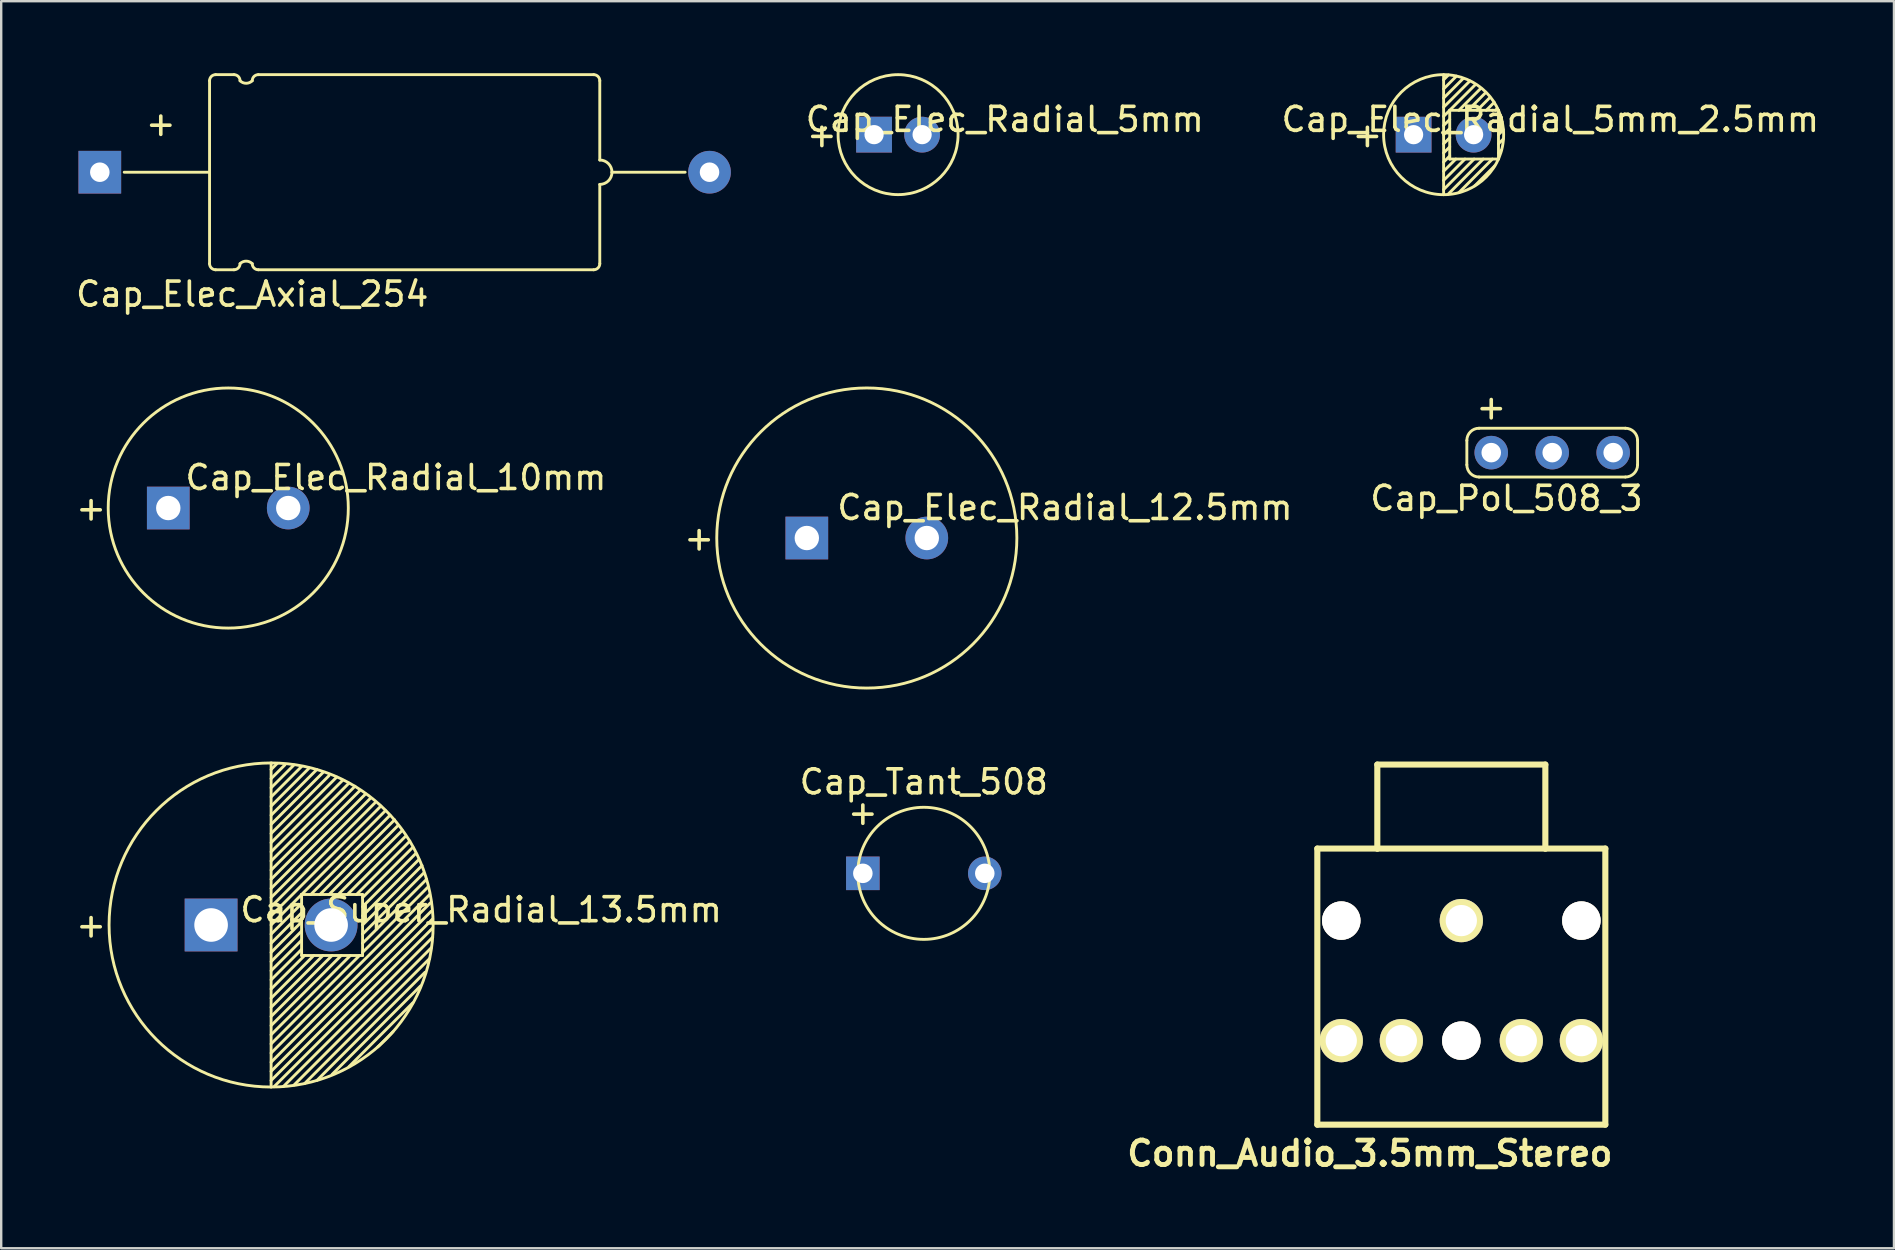
<source format=kicad_pcb>
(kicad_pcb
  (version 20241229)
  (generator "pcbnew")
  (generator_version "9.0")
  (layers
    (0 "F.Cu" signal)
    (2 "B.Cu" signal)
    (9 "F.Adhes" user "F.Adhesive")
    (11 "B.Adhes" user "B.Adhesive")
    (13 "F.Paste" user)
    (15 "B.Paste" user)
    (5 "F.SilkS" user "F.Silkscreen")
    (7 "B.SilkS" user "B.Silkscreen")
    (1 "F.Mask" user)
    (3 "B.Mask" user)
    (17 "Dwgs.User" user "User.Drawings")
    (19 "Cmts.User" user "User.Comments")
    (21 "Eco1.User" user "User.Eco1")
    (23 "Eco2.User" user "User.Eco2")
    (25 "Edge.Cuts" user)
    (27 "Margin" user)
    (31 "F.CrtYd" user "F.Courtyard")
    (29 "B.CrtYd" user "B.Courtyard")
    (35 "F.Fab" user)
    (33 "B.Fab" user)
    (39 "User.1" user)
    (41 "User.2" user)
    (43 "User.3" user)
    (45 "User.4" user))
  (footprint "Cap_Elec_Radial_5mm_2.5mm"
    (layer "F.Cu")
    (at 57.089 2.56)
    (property "Reference" "Cap_Elec_Radial_5mm_2.5mm" (at 4.445 -0.635 0) (layer "F.SilkS") (effects (font (size 1 1) (thickness 0.15))))
    (attr through_hole)
    (fp_line (start 0 -2.5) (end 0 2.5) (stroke (width 0.12) (type solid)) (layer "F.SilkS"))
    (fp_line (start 0 -2.286) (end 0.203 -2.489) (stroke (width 0.12) (type solid)) (layer "F.SilkS"))
    (fp_line (start 0 -1.905) (end 0.533 -2.438) (stroke (width 0.12) (type solid)) (layer "F.SilkS"))
    (fp_line (start 0 -1.524) (end 0.813 -2.337) (stroke (width 0.12) (type solid)) (layer "F.SilkS"))
    (fp_line (start 0 -1.143) (end 1.092 -2.235) (stroke (width 0.12) (type solid)) (layer "F.SilkS"))
    (fp_line (start 0 -0.762) (end 1.321 -2.083) (stroke (width 0.12) (type solid)) (layer "F.SilkS"))
    (fp_line (start 0 -0.381) (end 0.254 -0.635) (stroke (width 0.12) (type solid)) (layer "F.SilkS"))
    (fp_line (start 0 0) (end 0.254 -0.254) (stroke (width 0.12) (type solid)) (layer "F.SilkS"))
    (fp_line (start 0 0.381) (end 0.254 0.127) (stroke (width 0.12) (type solid)) (layer "F.SilkS"))
    (fp_line (start 0 0.762) (end 0.254 0.508) (stroke (width 0.12) (type solid)) (layer "F.SilkS"))
    (fp_line (start 0 1.143) (end 0.254 0.889) (stroke (width 0.12) (type solid)) (layer "F.SilkS"))
    (fp_line (start 0 1.524) (end 0.508 1.016) (stroke (width 0.12) (type solid)) (layer "F.SilkS"))
    (fp_line (start 0 1.905) (end 0.889 1.016) (stroke (width 0.12) (type solid)) (layer "F.SilkS"))
    (fp_line (start 0 2.286) (end 1.27 1.016) (stroke (width 0.12) (type solid)) (layer "F.SilkS"))
    (fp_line (start 0.178 2.489) (end 1.651 1.016) (stroke (width 0.12) (type solid)) (layer "F.SilkS"))
    (fp_line (start 0.254 -1.016) (end 2.032 -1.016) (stroke (width 0.12) (type solid)) (layer "F.SilkS"))
    (fp_line (start 0.254 1.016) (end 0.254 -1.016) (stroke (width 0.12) (type solid)) (layer "F.SilkS"))
    (fp_line (start 0.635 -1.016) (end 1.549 -1.93) (stroke (width 0.12) (type solid)) (layer "F.SilkS"))
    (fp_line (start 0.635 2.413) (end 2.032 1.016) (stroke (width 0.12) (type solid)) (layer "F.SilkS"))
    (fp_line (start 1.016 -1.016) (end 1.753 -1.753) (stroke (width 0.12) (type solid)) (layer "F.SilkS"))
    (fp_line (start 1.295 2.134) (end 2.134 1.295) (stroke (width 0.12) (type solid)) (layer "F.SilkS"))
    (fp_line (start 1.397 -1.016) (end 1.93 -1.549) (stroke (width 0.12) (type solid)) (layer "F.SilkS"))
    (fp_line (start 1.778 -1.016) (end 2.108 -1.346) (stroke (width 0.12) (type solid)) (layer "F.SilkS"))
    (fp_line (start 2.032 -1.016) (end 2.286 -1.016) (stroke (width 0.12) (type solid)) (layer "F.SilkS"))
    (fp_line (start 2.159 -1.016) (end 2.235 -1.092) (stroke (width 0.12) (type solid)) (layer "F.SilkS"))
    (fp_line (start 2.286 -1.016) (end 2.286 1.016) (stroke (width 0.12) (type solid)) (layer "F.SilkS"))
    (fp_line (start 2.286 -0.381) (end 2.438 -0.533) (stroke (width 0.12) (type solid)) (layer "F.SilkS"))
    (fp_line (start 2.286 0) (end 2.489 -0.203) (stroke (width 0.12) (type solid)) (layer "F.SilkS"))
    (fp_line (start 2.286 0.381) (end 2.489 0.178) (stroke (width 0.12) (type solid)) (layer "F.SilkS"))
    (fp_line (start 2.286 0.762) (end 2.413 0.635) (stroke (width 0.12) (type solid)) (layer "F.SilkS"))
    (fp_line (start 2.286 1.016) (end 0.254 1.016) (stroke (width 0.12) (type solid)) (layer "F.SilkS"))
    (fp_circle (center 0 0) (end 2.5 0) (stroke (width 0.12) (type solid)) (fill no) (layer "F.SilkS"))
    (fp_text user "+" (at -3.175 0 0) (layer "F.SilkS") (effects (font (size 1 1) (thickness 0.15))))
    (pad "1" thru_hole rect (at -1.25 0) (size 1.491 1.491) (drill 0.8) (layers "*.Cu" "*.Mask"))
    (pad "2" thru_hole circle (at 1.25 0) (size 1.491 1.491) (drill 0.8) (layers "*.Cu" "*.Mask")))
  (footprint "Cap_Tant_508"
    (layer "F.Cu")
    (at 35.435 33.332)
    (property "Reference" "Cap_Tant_508" (at 0 -3.81 0) (layer "F.SilkS") (effects (font (size 1 1) (thickness 0.15))))
    (attr through_hole)
    (fp_circle (center 0 0) (end 2.751 0) (stroke (width 0.12) (type solid)) (fill no) (layer "F.SilkS"))
    (fp_text user "+" (at -2.54 -2.54 0) (layer "F.SilkS") (effects (font (size 1 1) (thickness 0.15))))
    (pad "1" thru_hole rect (at -2.54 0) (size 1.397 1.397) (drill 0.813) (layers "*.Cu" "*.Mask"))
    (pad "2" thru_hole circle (at 2.54 0) (size 1.397 1.397) (drill 0.813) (layers "*.Cu" "*.Mask")))
  (footprint "Conn_Audio_3.5mm_Stereo"
    (layer "F.Cu")
    (at 57.827 32.301)
    (property "Reference" "Conn_Audio_3.5mm_Stereo" (at -3.81 12.7 0) (layer "F.SilkS") (effects (font (size 1.016 1.016) (thickness 0.203))))
    (attr through_hole)
    (fp_line (start -5.999 0) (end -3.5 0) (stroke (width 0.254) (type solid)) (layer "F.SilkS"))
    (fp_line (start -5.999 11.501) (end -5.999 0) (stroke (width 0.254) (type solid)) (layer "F.SilkS"))
    (fp_line (start -3.5 -3.5) (end 3.5 -3.5) (stroke (width 0.254) (type solid)) (layer "F.SilkS"))
    (fp_line (start -3.5 0) (end -3.5 -3.5) (stroke (width 0.254) (type solid)) (layer "F.SilkS"))
    (fp_line (start -3.5 0) (end 3.5 0) (stroke (width 0.254) (type solid)) (layer "F.SilkS"))
    (fp_line (start 3.5 -3.5) (end 3.5 0) (stroke (width 0.254) (type solid)) (layer "F.SilkS"))
    (fp_line (start 3.5 0) (end 5.999 0) (stroke (width 0.254) (type solid)) (layer "F.SilkS"))
    (fp_line (start 5.999 0) (end 5.999 11.501) (stroke (width 0.254) (type solid)) (layer "F.SilkS"))
    (fp_line (start 5.999 11.501) (end -5.999 11.501) (stroke (width 0.254) (type solid)) (layer "F.SilkS"))
    (pad "" thru_hole circle (at -5.001 3) (size 1.6 1.6) (drill 1.6) (layers "*.Cu" "*.Mask" "F.SilkS"))
    (pad "" thru_hole circle (at 0 8.001) (size 1.6 1.6) (drill 1.6) (layers "*.Cu" "*.Mask" "F.SilkS"))
    (pad "" thru_hole circle (at 5.001 3) (size 1.6 1.6) (drill 1.6) (layers "*.Cu" "*.Mask" "F.SilkS"))
    (pad "1" thru_hole circle (at 0 3) (size 1.801 1.801) (drill 1.3) (layers "*.Cu" "*.Mask" "F.SilkS"))
    (pad "2" thru_hole circle (at -5.001 8.001) (size 1.801 1.801) (drill 1.3) (layers "*.Cu" "*.Mask" "F.SilkS"))
    (pad "3" thru_hole circle (at -2.499 8.001) (size 1.801 1.801) (drill 1.3) (layers "*.Cu" "*.Mask" "F.SilkS"))
    (pad "4" thru_hole circle (at 2.499 8.001) (size 1.801 1.801) (drill 1.3) (layers "*.Cu" "*.Mask" "F.SilkS"))
    (pad "5" thru_hole circle (at 5.001 8.001) (size 1.801 1.801) (drill 1.3) (layers "*.Cu" "*.Mask" "F.SilkS")))
  (footprint "Cap_Super_Radial_13.5mm"
    (layer "F.Cu")
    (at 8.244 35.484)
    (property "Reference" "Cap_Super_Radial_13.5mm" (at 8.75 -0.635 0) (layer "F.SilkS") (effects (font (size 1 1) (thickness 0.15))))
    (attr through_hole)
    (fp_line (start 0 -6.477) (end 0.254 -6.731) (stroke (width 0.12) (type solid)) (layer "F.SilkS"))
    (fp_line (start 0 -6.096) (end 0.572 -6.668) (stroke (width 0.12) (type solid)) (layer "F.SilkS"))
    (fp_line (start 0 -5.715) (end 0.953 -6.668) (stroke (width 0.12) (type solid)) (layer "F.SilkS"))
    (fp_line (start 0 -5.334) (end 1.27 -6.604) (stroke (width 0.12) (type solid)) (layer "F.SilkS"))
    (fp_line (start 0 -4.953) (end 1.587 -6.54) (stroke (width 0.12) (type solid)) (layer "F.SilkS"))
    (fp_line (start 0 -4.572) (end 1.905 -6.477) (stroke (width 0.12) (type solid)) (layer "F.SilkS"))
    (fp_line (start 0 -4.191) (end 2.159 -6.35) (stroke (width 0.12) (type solid)) (layer "F.SilkS"))
    (fp_line (start 0 -3.81) (end 2.413 -6.223) (stroke (width 0.12) (type solid)) (layer "F.SilkS"))
    (fp_line (start 0 -3.429) (end 2.731 -6.16) (stroke (width 0.12) (type solid)) (layer "F.SilkS"))
    (fp_line (start 0 -3.048) (end 2.985 -6.032) (stroke (width 0.12) (type solid)) (layer "F.SilkS"))
    (fp_line (start 0 -2.667) (end 3.239 -5.905) (stroke (width 0.12) (type solid)) (layer "F.SilkS"))
    (fp_line (start 0 -2.286) (end 3.493 -5.779) (stroke (width 0.12) (type solid)) (layer "F.SilkS"))
    (fp_line (start 0 -1.905) (end 3.683 -5.588) (stroke (width 0.12) (type solid)) (layer "F.SilkS"))
    (fp_line (start 0 -1.524) (end 3.937 -5.461) (stroke (width 0.12) (type solid)) (layer "F.SilkS"))
    (fp_line (start 0 -1.143) (end 4.128 -5.271) (stroke (width 0.12) (type solid)) (layer "F.SilkS"))
    (fp_line (start 0 -0.762) (end 4.318 -5.08) (stroke (width 0.12) (type solid)) (layer "F.SilkS"))
    (fp_line (start 0 -0.381) (end 4.572 -4.953) (stroke (width 0.12) (type solid)) (layer "F.SilkS"))
    (fp_line (start 0 0) (end 1.27 -1.27) (stroke (width 0.12) (type solid)) (layer "F.SilkS"))
    (fp_line (start 0 0.381) (end 1.27 -0.889) (stroke (width 0.12) (type solid)) (layer "F.SilkS"))
    (fp_line (start 0 0.762) (end 1.27 -0.508) (stroke (width 0.12) (type solid)) (layer "F.SilkS"))
    (fp_line (start 0 1.143) (end 1.27 -0.127) (stroke (width 0.12) (type solid)) (layer "F.SilkS"))
    (fp_line (start 0 1.524) (end 1.27 0.254) (stroke (width 0.12) (type solid)) (layer "F.SilkS"))
    (fp_line (start 0 1.905) (end 1.27 0.635) (stroke (width 0.12) (type solid)) (layer "F.SilkS"))
    (fp_line (start 0 2.286) (end 1.27 1.016) (stroke (width 0.12) (type solid)) (layer "F.SilkS"))
    (fp_line (start 0 2.667) (end 1.397 1.27) (stroke (width 0.12) (type solid)) (layer "F.SilkS"))
    (fp_line (start 0 3.048) (end 1.778 1.27) (stroke (width 0.12) (type solid)) (layer "F.SilkS"))
    (fp_line (start 0 3.429) (end 2.159 1.27) (stroke (width 0.12) (type solid)) (layer "F.SilkS"))
    (fp_line (start 0 3.81) (end 2.54 1.27) (stroke (width 0.12) (type solid)) (layer "F.SilkS"))
    (fp_line (start 0 4.191) (end 2.921 1.27) (stroke (width 0.12) (type solid)) (layer "F.SilkS"))
    (fp_line (start 0 4.572) (end 3.302 1.27) (stroke (width 0.12) (type solid)) (layer "F.SilkS"))
    (fp_line (start 0 4.953) (end 3.683 1.27) (stroke (width 0.12) (type solid)) (layer "F.SilkS"))
    (fp_line (start 0 5.334) (end 6.604 -1.27) (stroke (width 0.12) (type solid)) (layer "F.SilkS"))
    (fp_line (start 0 5.715) (end 6.668 -0.953) (stroke (width 0.12) (type solid)) (layer "F.SilkS"))
    (fp_line (start 0 6.096) (end 6.668 -0.572) (stroke (width 0.12) (type solid)) (layer "F.SilkS"))
    (fp_line (start 0 6.477) (end 6.731 -0.254) (stroke (width 0.12) (type solid)) (layer "F.SilkS"))
    (fp_line (start 0 6.75) (end 0 -6.75) (stroke (width 0.12) (type solid)) (layer "F.SilkS"))
    (fp_line (start 0.127 6.731) (end 6.731 0.127) (stroke (width 0.12) (type solid)) (layer "F.SilkS"))
    (fp_line (start 0.508 6.731) (end 6.731 0.508) (stroke (width 0.12) (type solid)) (layer "F.SilkS"))
    (fp_line (start 0.953 6.668) (end 6.668 0.953) (stroke (width 0.12) (type solid)) (layer "F.SilkS"))
    (fp_line (start 1.27 -1.27) (end 3.81 -1.27) (stroke (width 0.12) (type solid)) (layer "F.SilkS"))
    (fp_line (start 1.27 -1.27) (end 4.763 -4.763) (stroke (width 0.12) (type solid)) (layer "F.SilkS"))
    (fp_line (start 1.27 1.27) (end 1.27 -1.27) (stroke (width 0.12) (type solid)) (layer "F.SilkS"))
    (fp_line (start 1.397 6.604) (end 6.604 1.397) (stroke (width 0.12) (type solid)) (layer "F.SilkS"))
    (fp_line (start 1.651 -1.27) (end 4.953 -4.572) (stroke (width 0.12) (type solid)) (layer "F.SilkS"))
    (fp_line (start 1.905 6.477) (end 6.413 1.968) (stroke (width 0.12) (type solid)) (layer "F.SilkS"))
    (fp_line (start 2.032 -1.27) (end 5.144 -4.381) (stroke (width 0.12) (type solid)) (layer "F.SilkS"))
    (fp_line (start 2.413 -1.27) (end 5.271 -4.128) (stroke (width 0.12) (type solid)) (layer "F.SilkS"))
    (fp_line (start 2.54 6.223) (end 6.223 2.54) (stroke (width 0.12) (type solid)) (layer "F.SilkS"))
    (fp_line (start 2.794 -1.27) (end 5.461 -3.937) (stroke (width 0.12) (type solid)) (layer "F.SilkS"))
    (fp_line (start 3.175 -1.27) (end 5.588 -3.683) (stroke (width 0.12) (type solid)) (layer "F.SilkS"))
    (fp_line (start 3.239 5.905) (end 5.905 3.239) (stroke (width 0.12) (type solid)) (layer "F.SilkS"))
    (fp_line (start 3.556 -1.27) (end 5.779 -3.493) (stroke (width 0.12) (type solid)) (layer "F.SilkS"))
    (fp_line (start 3.81 -1.27) (end 3.81 1.27) (stroke (width 0.12) (type solid)) (layer "F.SilkS"))
    (fp_line (start 3.81 -1.143) (end 5.905 -3.239) (stroke (width 0.12) (type solid)) (layer "F.SilkS"))
    (fp_line (start 3.81 -0.762) (end 6.032 -2.985) (stroke (width 0.12) (type solid)) (layer "F.SilkS"))
    (fp_line (start 3.81 -0.381) (end 6.16 -2.731) (stroke (width 0.12) (type solid)) (layer "F.SilkS"))
    (fp_line (start 3.81 0) (end 6.287 -2.477) (stroke (width 0.12) (type solid)) (layer "F.SilkS"))
    (fp_line (start 3.81 0.381) (end 6.35 -2.159) (stroke (width 0.12) (type solid)) (layer "F.SilkS"))
    (fp_line (start 3.81 0.762) (end 6.477 -1.905) (stroke (width 0.12) (type solid)) (layer "F.SilkS"))
    (fp_line (start 3.81 1.143) (end 6.54 -1.587) (stroke (width 0.12) (type solid)) (layer "F.SilkS"))
    (fp_line (start 3.81 1.27) (end 1.27 1.27) (stroke (width 0.12) (type solid)) (layer "F.SilkS"))
    (fp_line (start 4.445 5.08) (end 5.08 4.445) (stroke (width 0.12) (type solid)) (layer "F.SilkS"))
    (fp_circle (center 0 0) (end 6.75 0) (stroke (width 0.12) (type solid)) (fill no) (layer "F.SilkS"))
    (fp_text user "+" (at -7.5 0 0) (layer "F.SilkS") (effects (font (size 1 1) (thickness 0.15))))
    (pad "1" thru_hole rect (at -2.5 0) (size 2.2 2.2) (drill 1.4) (layers "*.Cu" "*.Mask"))
    (pad "2" thru_hole circle (at 2.5 0) (size 2.2 2.2) (drill 1.4) (layers "*.Cu" "*.Mask")))
  (footprint "Cap_Elec_Radial_5mm"
    (layer "F.Cu")
    (at 34.363 2.559)
    (property "Reference" "Cap_Elec_Radial_5mm" (at 4.445 -0.635 0) (layer "F.SilkS") (effects (font (size 1 1) (thickness 0.15))))
    (attr through_hole)
    (fp_circle (center 0 0) (end 2.499 0) (stroke (width 0.12) (type solid)) (fill no) (layer "F.SilkS"))
    (fp_text user "+" (at -3.175 0 0) (layer "F.SilkS") (effects (font (size 1 1) (thickness 0.15))))
    (pad "1" thru_hole rect (at -1.001 0) (size 1.491 1.491) (drill 0.8) (layers "*.Cu" "*.Mask"))
    (pad "2" thru_hole circle (at 1.001 0) (size 1.491 1.491) (drill 0.8) (layers "*.Cu" "*.Mask")))
  (footprint "Cap_Elec_Axial_254"
    (layer "F.Cu")
    (at 13.808 4.124)
    (property "Reference" "Cap_Elec_Axial_254" (at -6.35 5.08 0) (layer "F.SilkS") (effects (font (size 1 1) (thickness 0.15))))
    (attr through_hole)
    (fp_line (start -8.128 0) (end -11.684 0) (stroke (width 0.12) (type solid)) (layer "F.SilkS"))
    (fp_line (start -8.128 3.81) (end -8.128 -3.81) (stroke (width 0.12) (type solid)) (layer "F.SilkS"))
    (fp_line (start -7.874 -4.064) (end -7.112 -4.064) (stroke (width 0.12) (type solid)) (layer "F.SilkS"))
    (fp_line (start -7.112 4.064) (end -7.874 4.064) (stroke (width 0.12) (type solid)) (layer "F.SilkS"))
    (fp_line (start -6.096 -4.064) (end 7.874 -4.064) (stroke (width 0.12) (type solid)) (layer "F.SilkS"))
    (fp_line (start 7.874 4.064) (end -6.096 4.064) (stroke (width 0.12) (type solid)) (layer "F.SilkS"))
    (fp_line (start 8.128 -3.81) (end 8.128 -0.508) (stroke (width 0.12) (type solid)) (layer "F.SilkS"))
    (fp_line (start 8.128 0.508) (end 8.128 3.81) (stroke (width 0.12) (type solid)) (layer "F.SilkS"))
    (fp_line (start 11.684 0) (end 8.636 0) (stroke (width 0.12) (type solid)) (layer "F.SilkS"))
    (fp_arc (start -8.128 -3.81) (mid -8.053605 -3.989605) (end -7.874 -4.064) (stroke (width 0.12) (type solid)) (layer "F.SilkS"))
    (fp_arc (start -7.874 4.064) (mid -8.053605 3.989605) (end -8.128 3.81) (stroke (width 0.12) (type solid)) (layer "F.SilkS"))
    (fp_arc (start -7.112 -4.064) (mid -6.932395 -3.989605) (end -6.858 -3.81) (stroke (width 0.12) (type solid)) (layer "F.SilkS"))
    (fp_arc (start -6.858 3.81) (mid -6.932395 3.989605) (end -7.112 4.064) (stroke (width 0.12) (type solid)) (layer "F.SilkS"))
    (fp_arc (start -6.858 3.81) (mid -6.604 3.70479) (end -6.35 3.81) (stroke (width 0.12) (type solid)) (layer "F.SilkS"))
    (fp_arc (start -6.35 -3.81) (mid -6.604 -3.70479) (end -6.858 -3.81) (stroke (width 0.12) (type solid)) (layer "F.SilkS"))
    (fp_arc (start -6.35 -3.81) (mid -6.275605 -3.989605) (end -6.096 -4.064) (stroke (width 0.12) (type solid)) (layer "F.SilkS"))
    (fp_arc (start -6.096 4.064) (mid -6.275605 3.989605) (end -6.35 3.81) (stroke (width 0.12) (type solid)) (layer "F.SilkS"))
    (fp_arc (start 7.874 -4.064) (mid 8.053605 -3.989605) (end 8.128 -3.81) (stroke (width 0.12) (type solid)) (layer "F.SilkS"))
    (fp_arc (start 8.128 -0.508) (mid 8.48721 -0.35921) (end 8.636 0) (stroke (width 0.12) (type solid)) (layer "F.SilkS"))
    (fp_arc (start 8.128 3.81) (mid 8.053605 3.989605) (end 7.874 4.064) (stroke (width 0.12) (type solid)) (layer "F.SilkS"))
    (fp_arc (start 8.636 0) (mid 8.48721 0.35921) (end 8.128 0.508) (stroke (width 0.12) (type solid)) (layer "F.SilkS"))
    (fp_text user "+" (at -10.16 -2.032 0) (layer "F.SilkS") (effects (font (size 1 1) (thickness 0.15))))
    (pad "1" thru_hole rect (at -12.7 0) (size 1.778 1.778) (drill 0.813) (layers "*.Cu" "*.Mask"))
    (pad "2" thru_hole circle (at 12.7 0) (size 1.778 1.778) (drill 0.813) (layers "*.Cu" "*.Mask")))
  (footprint "Cap_Elec_Radial_10mm"
    (layer "F.Cu")
    (at 6.459 18.114)
    (property "Reference" "Cap_Elec_Radial_10mm" (at 6.985 -1.27 0) (layer "F.SilkS") (effects (font (size 1 1) (thickness 0.15))))
    (attr through_hole)
    (fp_circle (center 0 0) (end 5.001 0) (stroke (width 0.12) (type solid)) (fill no) (layer "F.SilkS"))
    (fp_text user "+" (at -5.715 0 0) (layer "F.SilkS") (effects (font (size 1 1) (thickness 0.15))))
    (pad "1" thru_hole rect (at -2.499 0) (size 1.778 1.778) (drill 1.016) (layers "*.Cu" "*.Mask"))
    (pad "2" thru_hole circle (at 2.499 0) (size 1.778 1.778) (drill 1.016) (layers "*.Cu" "*.Mask")))
  (footprint "Cap_Elec_Radial_12.5mm"
    (layer "F.Cu")
    (at 33.06 19.363)
    (property "Reference" "Cap_Elec_Radial_12.5mm" (at 8.255 -1.27 0) (layer "F.SilkS") (effects (font (size 1 1) (thickness 0.15))))
    (attr through_hole)
    (fp_circle (center 0 0) (end 6.251 0) (stroke (width 0.12) (type solid)) (fill no) (layer "F.SilkS"))
    (fp_text user "+" (at -6.985 0 0) (layer "F.SilkS") (effects (font (size 1 1) (thickness 0.15))))
    (pad "1" thru_hole rect (at -2.499 0) (size 1.778 1.778) (drill 1.016) (layers "*.Cu" "*.Mask"))
    (pad "2" thru_hole circle (at 2.499 0) (size 1.778 1.778) (drill 1.016) (layers "*.Cu" "*.Mask")))
  (footprint "Cap_Pol_508_3"
    (layer "F.Cu")
    (at 61.613 15.806)
    (property "Reference" "Cap_Pol_508_3" (at -1.905 1.905 0) (layer "F.SilkS") (effects (font (size 1 1) (thickness 0.15))))
    (attr through_hole)
    (fp_line (start -3.556 0.508) (end -3.556 -0.508) (stroke (width 0.12) (type solid)) (layer "F.SilkS"))
    (fp_line (start -3.048 -1.016) (end 3.048 -1.016) (stroke (width 0.12) (type solid)) (layer "F.SilkS"))
    (fp_line (start -3.048 1.016) (end 3.048 1.016) (stroke (width 0.12) (type solid)) (layer "F.SilkS"))
    (fp_line (start 3.556 0.508) (end 3.556 -0.508) (stroke (width 0.12) (type solid)) (layer "F.SilkS"))
    (fp_arc (start -3.556 -0.508) (mid -3.40721 -0.86721) (end -3.048 -1.016) (stroke (width 0.12) (type solid)) (layer "F.SilkS"))
    (fp_arc (start -3.048 1.016) (mid -3.40721 0.86721) (end -3.556 0.508) (stroke (width 0.12) (type solid)) (layer "F.SilkS"))
    (fp_arc (start 3.048 -1.016) (mid 3.40721 -0.86721) (end 3.556 -0.508) (stroke (width 0.12) (type solid)) (layer "F.SilkS"))
    (fp_arc (start 3.556 0.508) (mid 3.40721 0.86721) (end 3.048 1.016) (stroke (width 0.12) (type solid)) (layer "F.SilkS"))
    (fp_text user "+" (at -2.54 -1.905 0) (layer "F.SilkS") (effects (font (size 1 1) (thickness 0.15))))
    (pad "1" thru_hole circle (at -2.54 0) (size 1.397 1.397) (drill 0.813) (layers "*.Cu" "*.Mask"))
    (pad "2" thru_hole circle (at 0 0) (size 1.397 1.397) (drill 0.813) (layers "*.Cu" "*.Mask"))
    (pad "2" thru_hole circle (at 2.54 0) (size 1.397 1.397) (drill 0.813) (layers "*.Cu" "*.Mask")))
  (gr_rect
    (start -3 -3)
    (end 75.85 48.952)
    (stroke (width 0.1) (type default))
    (fill no)
    (layer "Edge.Cuts")))
</source>
